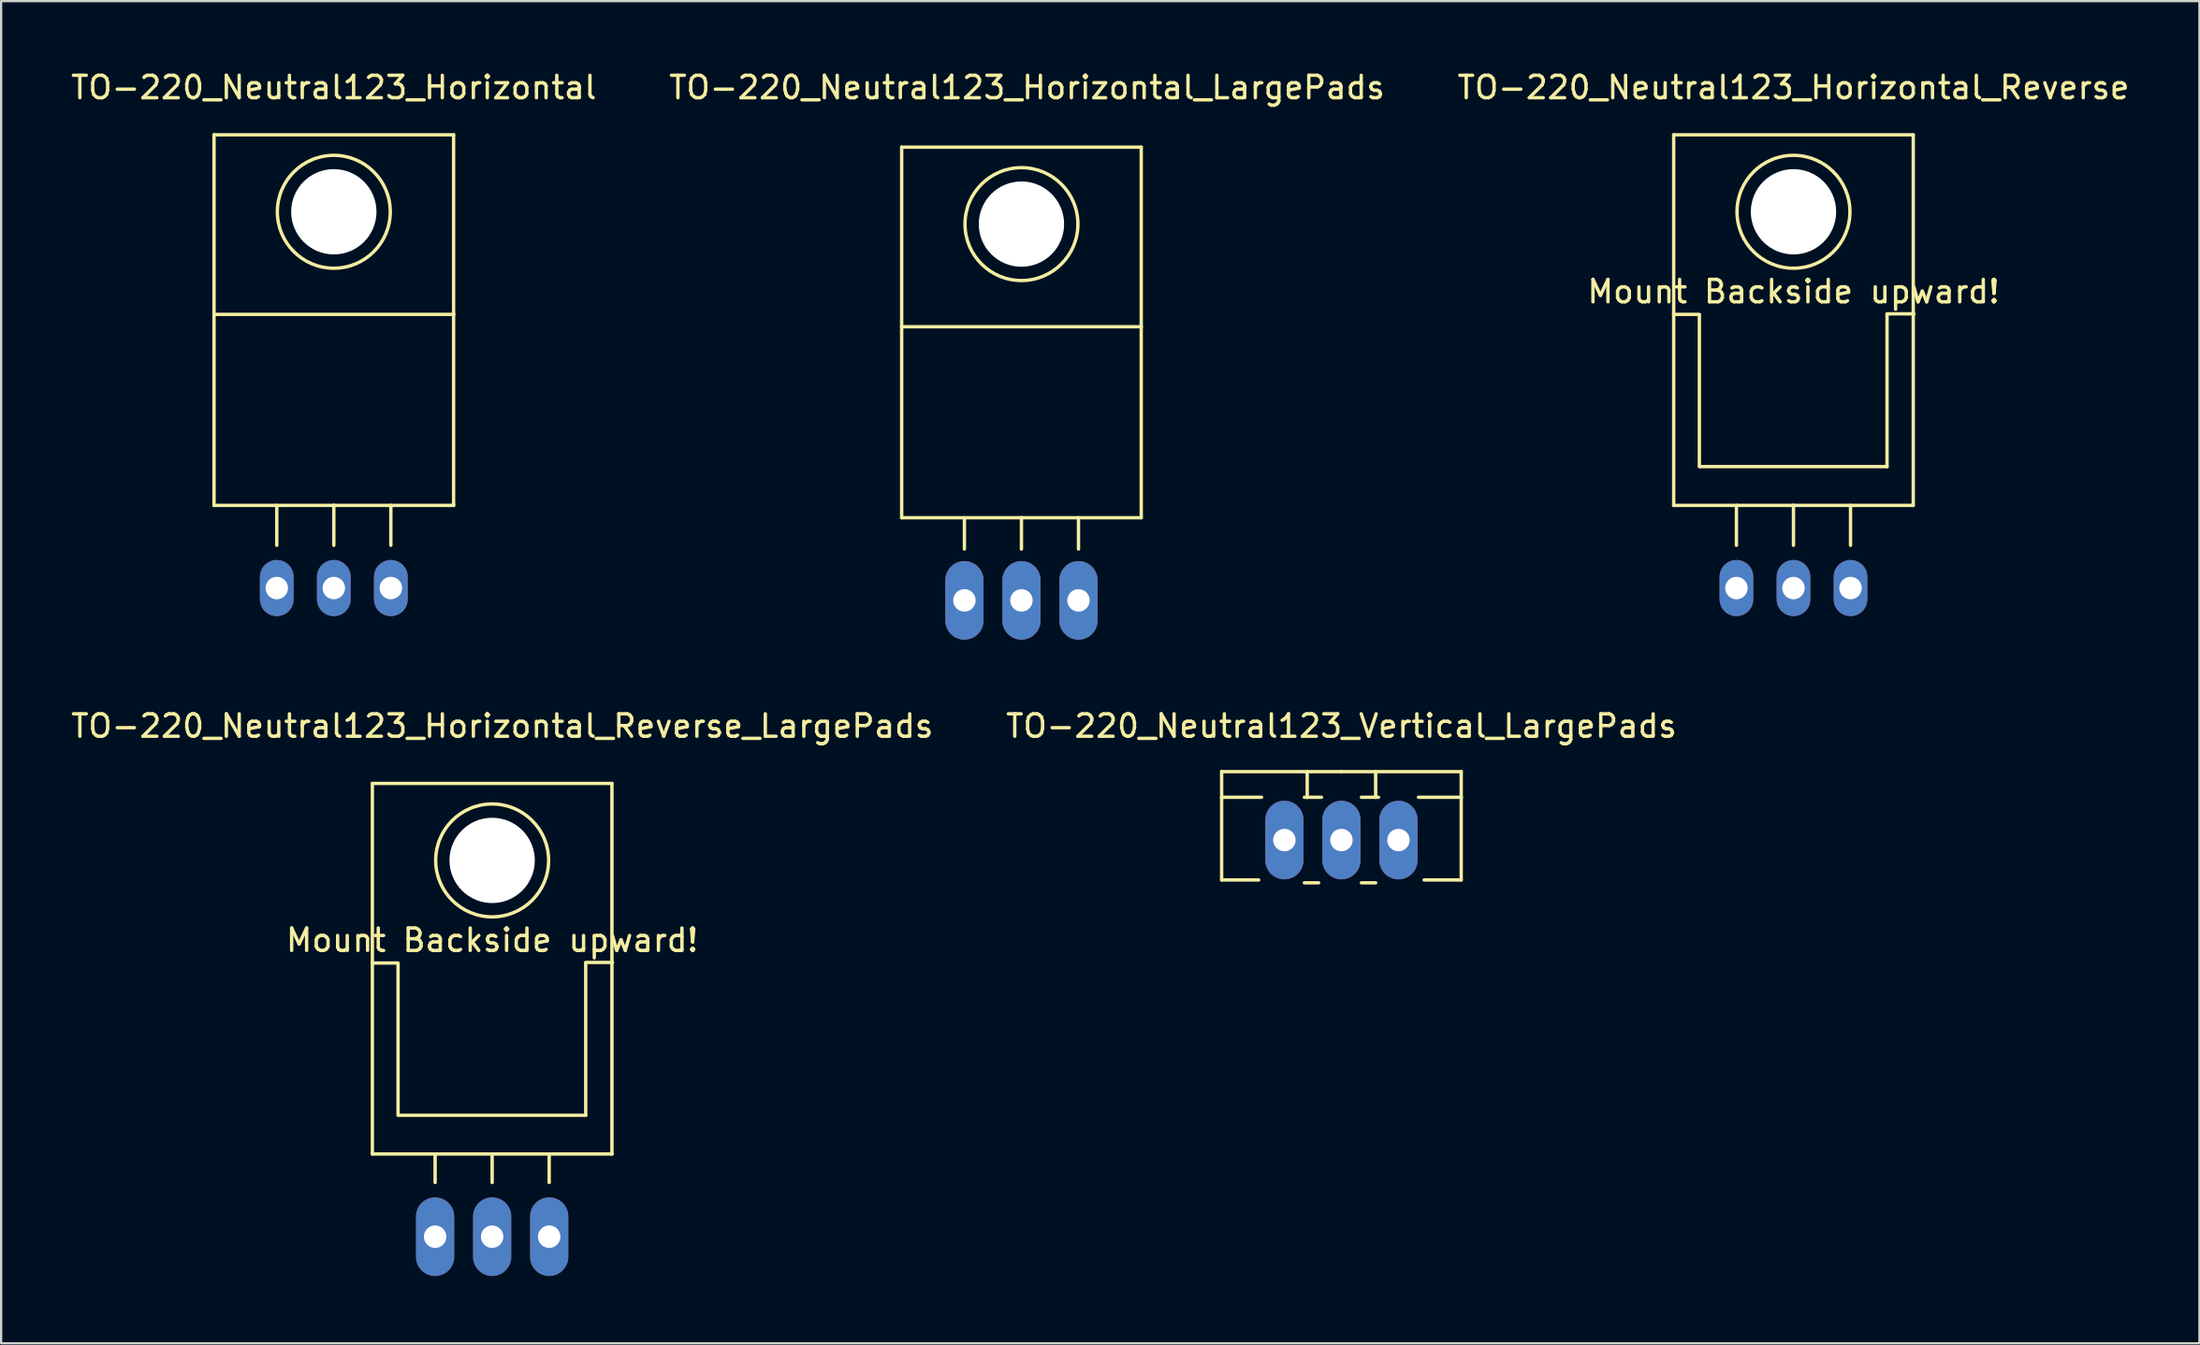
<source format=kicad_pcb>
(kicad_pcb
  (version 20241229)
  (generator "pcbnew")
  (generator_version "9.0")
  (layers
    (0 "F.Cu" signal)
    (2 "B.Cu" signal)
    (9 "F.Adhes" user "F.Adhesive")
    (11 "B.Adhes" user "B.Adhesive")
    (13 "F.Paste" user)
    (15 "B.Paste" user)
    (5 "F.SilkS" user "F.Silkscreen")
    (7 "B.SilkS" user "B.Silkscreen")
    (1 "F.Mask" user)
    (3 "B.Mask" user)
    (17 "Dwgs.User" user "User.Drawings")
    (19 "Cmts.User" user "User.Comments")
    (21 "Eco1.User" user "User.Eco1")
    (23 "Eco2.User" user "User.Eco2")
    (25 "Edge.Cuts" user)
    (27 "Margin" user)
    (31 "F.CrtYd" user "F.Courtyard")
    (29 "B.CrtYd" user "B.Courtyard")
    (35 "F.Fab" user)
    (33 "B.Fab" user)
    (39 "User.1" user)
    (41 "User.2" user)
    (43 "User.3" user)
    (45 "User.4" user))
  (footprint "TO-220_Neutral123_Horizontal_Reverse_LargePads"
    (layer "F.Cu")
    (at 18.866 52.047)
    (property "Reference" "TO-220_Neutral123_Horizontal_Reverse_LargePads" (at 0.45 -22.751 0) (layer "F.SilkS") (effects (font (size 1 1) (thickness 0.15))))
    (attr through_hole)
    (fp_line (start -5.334 -20.193) (end -5.334 -12.192) (stroke (width 0.15) (type solid)) (layer "F.SilkS"))
    (fp_line (start -5.334 -12.192) (end -5.334 -3.683) (stroke (width 0.15) (type solid)) (layer "F.SilkS"))
    (fp_line (start -4.191 -12.192) (end -5.334 -12.192) (stroke (width 0.15) (type solid)) (layer "F.SilkS"))
    (fp_line (start -4.191 -5.41) (end -4.191 -12.167) (stroke (width 0.15) (type solid)) (layer "F.SilkS"))
    (fp_line (start -2.54 -3.683) (end -2.54 -2.413) (stroke (width 0.15) (type solid)) (layer "F.SilkS"))
    (fp_line (start 0 -3.683) (end -5.334 -3.683) (stroke (width 0.15) (type solid)) (layer "F.SilkS"))
    (fp_line (start 0 -3.683) (end 0 -2.413) (stroke (width 0.15) (type solid)) (layer "F.SilkS"))
    (fp_line (start 0 -3.683) (end 5.334 -3.683) (stroke (width 0.15) (type solid)) (layer "F.SilkS"))
    (fp_line (start 2.54 -3.683) (end 2.54 -2.413) (stroke (width 0.15) (type solid)) (layer "F.SilkS"))
    (fp_line (start 4.166 -12.217) (end 5.359 -12.217) (stroke (width 0.15) (type solid)) (layer "F.SilkS"))
    (fp_line (start 4.166 -12.192) (end 4.166 -5.41) (stroke (width 0.15) (type solid)) (layer "F.SilkS"))
    (fp_line (start 4.166 -5.41) (end -4.166 -5.41) (stroke (width 0.15) (type solid)) (layer "F.SilkS"))
    (fp_line (start 5.334 -20.193) (end -5.334 -20.193) (stroke (width 0.15) (type solid)) (layer "F.SilkS"))
    (fp_line (start 5.334 -12.192) (end 5.334 -20.193) (stroke (width 0.15) (type solid)) (layer "F.SilkS"))
    (fp_line (start 5.334 -3.683) (end 5.334 -12.192) (stroke (width 0.15) (type solid)) (layer "F.SilkS"))
    (fp_circle (center 0 -16.764) (end 1.778 -14.986) (stroke (width 0.15) (type solid)) (fill no) (layer "F.SilkS"))
    (fp_text user "Mount Backside upward!" (at 0 -13.208 0) (layer "F.SilkS") (effects (font (size 1 1) (thickness 0.15))))
    (pad "" np_thru_hole circle (at 0 -16.764 90) (size 3.8 3.8) (drill 3.8) (layers "*.Cu" "*.Mask"))
    (pad "1" thru_hole oval (at 2.54 0 90) (size 3.5 1.699) (drill 1.001) (layers "*.Cu" "*.Mask"))
    (pad "2" thru_hole oval (at 0 0 90) (size 3.5 1.699) (drill 1.001) (layers "*.Cu" "*.Mask"))
    (pad "3" thru_hole oval (at -2.54 0 90) (size 3.5 1.699) (drill 1.001) (layers "*.Cu" "*.Mask")))
  (footprint "TO-220_Neutral123_Horizontal_LargePads"
    (layer "F.Cu")
    (at 42.436 23.698)
    (property "Reference" "TO-220_Neutral123_Horizontal_LargePads" (at 0.249 -22.85 0) (layer "F.SilkS") (effects (font (size 1 1) (thickness 0.15))))
    (attr through_hole)
    (fp_line (start -5.334 -20.193) (end -5.334 -12.192) (stroke (width 0.15) (type solid)) (layer "F.SilkS"))
    (fp_line (start -5.334 -12.192) (end -5.334 -3.683) (stroke (width 0.15) (type solid)) (layer "F.SilkS"))
    (fp_line (start -2.54 -3.683) (end -2.54 -2.286) (stroke (width 0.15) (type solid)) (layer "F.SilkS"))
    (fp_line (start 0 -3.683) (end -5.334 -3.683) (stroke (width 0.15) (type solid)) (layer "F.SilkS"))
    (fp_line (start 0 -3.683) (end 0 -2.286) (stroke (width 0.15) (type solid)) (layer "F.SilkS"))
    (fp_line (start 0 -3.683) (end 5.334 -3.683) (stroke (width 0.15) (type solid)) (layer "F.SilkS"))
    (fp_line (start 2.54 -3.683) (end 2.54 -2.286) (stroke (width 0.15) (type solid)) (layer "F.SilkS"))
    (fp_line (start 5.334 -20.193) (end -5.334 -20.193) (stroke (width 0.15) (type solid)) (layer "F.SilkS"))
    (fp_line (start 5.334 -12.192) (end -5.334 -12.192) (stroke (width 0.15) (type solid)) (layer "F.SilkS"))
    (fp_line (start 5.334 -12.192) (end 5.334 -20.193) (stroke (width 0.15) (type solid)) (layer "F.SilkS"))
    (fp_line (start 5.334 -3.683) (end 5.334 -12.192) (stroke (width 0.15) (type solid)) (layer "F.SilkS"))
    (fp_circle (center 0 -16.764) (end 1.778 -14.986) (stroke (width 0.15) (type solid)) (fill no) (layer "F.SilkS"))
    (pad "" np_thru_hole circle (at 0 -16.764 90) (size 3.8 3.8) (drill 3.8) (layers "*.Cu" "*.Mask"))
    (pad "1" thru_hole oval (at -2.54 0 90) (size 3.5 1.699) (drill 1.001) (layers "*.Cu" "*.Mask"))
    (pad "2" thru_hole oval (at 0 0 90) (size 3.5 1.699) (drill 1.001) (layers "*.Cu" "*.Mask"))
    (pad "3" thru_hole oval (at 2.54 0 90) (size 3.5 1.699) (drill 1.001) (layers "*.Cu" "*.Mask")))
  (footprint "TO-220_Neutral123_Horizontal"
    (layer "F.Cu")
    (at 11.815 23.149)
    (property "Reference" "TO-220_Neutral123_Horizontal" (at 0 -22.301 0) (layer "F.SilkS") (effects (font (size 1 1) (thickness 0.15))))
    (attr through_hole)
    (fp_line (start -5.334 -20.193) (end -5.334 -12.192) (stroke (width 0.15) (type solid)) (layer "F.SilkS"))
    (fp_line (start -5.334 -12.192) (end -5.334 -3.683) (stroke (width 0.15) (type solid)) (layer "F.SilkS"))
    (fp_line (start -2.54 -3.683) (end -2.54 -1.905) (stroke (width 0.15) (type solid)) (layer "F.SilkS"))
    (fp_line (start 0 -3.683) (end -5.334 -3.683) (stroke (width 0.15) (type solid)) (layer "F.SilkS"))
    (fp_line (start 0 -3.683) (end 0 -1.905) (stroke (width 0.15) (type solid)) (layer "F.SilkS"))
    (fp_line (start 0 -3.683) (end 5.334 -3.683) (stroke (width 0.15) (type solid)) (layer "F.SilkS"))
    (fp_line (start 2.54 -3.683) (end 2.54 -1.905) (stroke (width 0.15) (type solid)) (layer "F.SilkS"))
    (fp_line (start 5.334 -20.193) (end -5.334 -20.193) (stroke (width 0.15) (type solid)) (layer "F.SilkS"))
    (fp_line (start 5.334 -12.192) (end -5.334 -12.192) (stroke (width 0.15) (type solid)) (layer "F.SilkS"))
    (fp_line (start 5.334 -12.192) (end 5.334 -20.193) (stroke (width 0.15) (type solid)) (layer "F.SilkS"))
    (fp_line (start 5.334 -3.683) (end 5.334 -12.192) (stroke (width 0.15) (type solid)) (layer "F.SilkS"))
    (fp_circle (center 0 -16.764) (end 1.778 -14.986) (stroke (width 0.15) (type solid)) (fill no) (layer "F.SilkS"))
    (pad "" np_thru_hole circle (at 0 -16.764 90) (size 3.8 3.8) (drill 3.8) (layers "*.Cu" "*.Mask"))
    (pad "1" thru_hole oval (at -2.54 0 90) (size 2.499 1.501) (drill 1.001) (layers "*.Cu" "*.Mask"))
    (pad "2" thru_hole oval (at 0 0 90) (size 2.499 1.501) (drill 1.001) (layers "*.Cu" "*.Mask"))
    (pad "3" thru_hole oval (at 2.54 0 90) (size 2.499 1.501) (drill 1.001) (layers "*.Cu" "*.Mask")))
  (footprint "TO-220_Neutral123_Horizontal_Reverse"
    (layer "F.Cu")
    (at 76.815 23.149)
    (property "Reference" "TO-220_Neutral123_Horizontal_Reverse" (at 0 -22.301 0) (layer "F.SilkS") (effects (font (size 1 1) (thickness 0.15))))
    (attr through_hole)
    (fp_line (start -5.334 -20.193) (end -5.334 -12.192) (stroke (width 0.15) (type solid)) (layer "F.SilkS"))
    (fp_line (start -5.334 -12.192) (end -5.334 -3.683) (stroke (width 0.15) (type solid)) (layer "F.SilkS"))
    (fp_line (start -4.191 -12.192) (end -5.334 -12.192) (stroke (width 0.15) (type solid)) (layer "F.SilkS"))
    (fp_line (start -4.191 -5.41) (end -4.191 -12.167) (stroke (width 0.15) (type solid)) (layer "F.SilkS"))
    (fp_line (start -2.54 -3.683) (end -2.54 -1.905) (stroke (width 0.15) (type solid)) (layer "F.SilkS"))
    (fp_line (start 0 -3.683) (end -5.334 -3.683) (stroke (width 0.15) (type solid)) (layer "F.SilkS"))
    (fp_line (start 0 -3.683) (end 0 -1.905) (stroke (width 0.15) (type solid)) (layer "F.SilkS"))
    (fp_line (start 0 -3.683) (end 5.334 -3.683) (stroke (width 0.15) (type solid)) (layer "F.SilkS"))
    (fp_line (start 2.54 -3.683) (end 2.54 -1.905) (stroke (width 0.15) (type solid)) (layer "F.SilkS"))
    (fp_line (start 4.166 -12.217) (end 5.359 -12.217) (stroke (width 0.15) (type solid)) (layer "F.SilkS"))
    (fp_line (start 4.166 -12.192) (end 4.166 -5.41) (stroke (width 0.15) (type solid)) (layer "F.SilkS"))
    (fp_line (start 4.166 -5.41) (end -4.166 -5.41) (stroke (width 0.15) (type solid)) (layer "F.SilkS"))
    (fp_line (start 5.334 -20.193) (end -5.334 -20.193) (stroke (width 0.15) (type solid)) (layer "F.SilkS"))
    (fp_line (start 5.334 -12.192) (end 5.334 -20.193) (stroke (width 0.15) (type solid)) (layer "F.SilkS"))
    (fp_line (start 5.334 -3.683) (end 5.334 -12.192) (stroke (width 0.15) (type solid)) (layer "F.SilkS"))
    (fp_circle (center 0 -16.764) (end 1.778 -14.986) (stroke (width 0.15) (type solid)) (fill no) (layer "F.SilkS"))
    (fp_text user "Mount Backside upward!" (at 0 -13.208 0) (layer "F.SilkS") (effects (font (size 1 1) (thickness 0.15))))
    (pad "" np_thru_hole circle (at 0 -16.764 90) (size 3.8 3.8) (drill 3.8) (layers "*.Cu" "*.Mask"))
    (pad "1" thru_hole oval (at 2.54 0 90) (size 2.499 1.501) (drill 1.001) (layers "*.Cu" "*.Mask"))
    (pad "2" thru_hole oval (at 0 0 90) (size 2.499 1.501) (drill 1.001) (layers "*.Cu" "*.Mask"))
    (pad "3" thru_hole oval (at -2.54 0 90) (size 2.499 1.501) (drill 1.001) (layers "*.Cu" "*.Mask")))
  (footprint "TO-220_Neutral123_Vertical_LargePads"
    (layer "F.Cu")
    (at 56.685 34.376)
    (property "Reference" "TO-220_Neutral123_Vertical_LargePads" (at 0 -5.08 0) (layer "F.SilkS") (effects (font (size 1 1) (thickness 0.15))))
    (attr through_hole)
    (fp_line (start -5.334 -1.905) (end -5.334 -3.048) (stroke (width 0.15) (type solid)) (layer "F.SilkS"))
    (fp_line (start -5.334 -1.905) (end -3.556 -1.905) (stroke (width 0.15) (type solid)) (layer "F.SilkS"))
    (fp_line (start -5.334 1.778) (end -5.334 -1.905) (stroke (width 0.15) (type solid)) (layer "F.SilkS"))
    (fp_line (start -5.334 1.778) (end -3.683 1.778) (stroke (width 0.15) (type solid)) (layer "F.SilkS"))
    (fp_line (start -1.524 -3.048) (end -1.524 -1.905) (stroke (width 0.15) (type solid)) (layer "F.SilkS"))
    (fp_line (start -1.524 -1.905) (end -1.651 -1.905) (stroke (width 0.15) (type solid)) (layer "F.SilkS"))
    (fp_line (start -1.524 -1.905) (end -0.889 -1.905) (stroke (width 0.15) (type solid)) (layer "F.SilkS"))
    (fp_line (start -1.016 1.905) (end -1.651 1.905) (stroke (width 0.15) (type solid)) (layer "F.SilkS"))
    (fp_line (start 0 -3.048) (end -5.334 -3.048) (stroke (width 0.15) (type solid)) (layer "F.SilkS"))
    (fp_line (start 0 -3.048) (end 5.334 -3.048) (stroke (width 0.15) (type solid)) (layer "F.SilkS"))
    (fp_line (start 0.889 -1.905) (end 1.651 -1.905) (stroke (width 0.15) (type solid)) (layer "F.SilkS"))
    (fp_line (start 1.524 -3.048) (end 1.524 -1.905) (stroke (width 0.15) (type solid)) (layer "F.SilkS"))
    (fp_line (start 1.524 1.905) (end 0.889 1.905) (stroke (width 0.15) (type solid)) (layer "F.SilkS"))
    (fp_line (start 5.334 -3.048) (end 5.334 -1.905) (stroke (width 0.15) (type solid)) (layer "F.SilkS"))
    (fp_line (start 5.334 -1.905) (end 3.429 -1.905) (stroke (width 0.15) (type solid)) (layer "F.SilkS"))
    (fp_line (start 5.334 -1.905) (end 5.334 1.778) (stroke (width 0.15) (type solid)) (layer "F.SilkS"))
    (fp_line (start 5.334 1.778) (end 3.683 1.778) (stroke (width 0.15) (type solid)) (layer "F.SilkS"))
    (pad "1" thru_hole oval (at -2.54 0 90) (size 3.5 1.699) (drill 1.001) (layers "*.Cu" "*.Mask"))
    (pad "2" thru_hole oval (at 0 0 90) (size 3.5 1.699) (drill 1.001) (layers "*.Cu" "*.Mask"))
    (pad "3" thru_hole oval (at 2.54 0 90) (size 3.5 1.699) (drill 1.001) (layers "*.Cu" "*.Mask")))
  (gr_rect
    (start -3 -3)
    (end 94.893 56.797)
    (stroke (width 0.1) (type default))
    (fill no)
    (layer "Edge.Cuts")))
</source>
